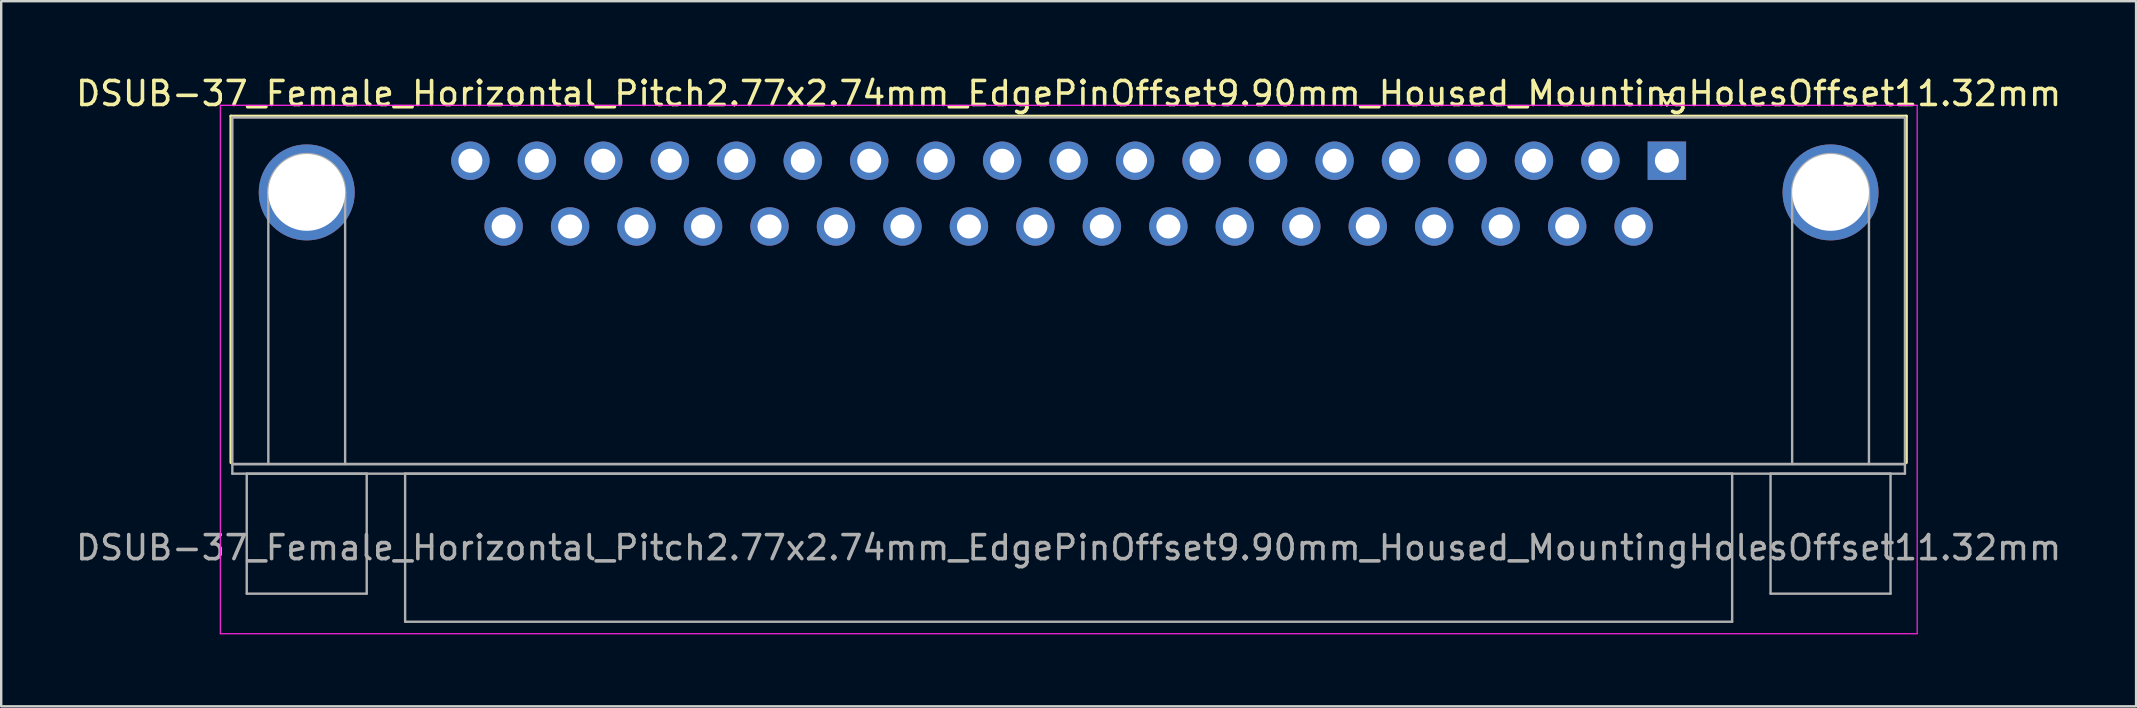
<source format=kicad_pcb>
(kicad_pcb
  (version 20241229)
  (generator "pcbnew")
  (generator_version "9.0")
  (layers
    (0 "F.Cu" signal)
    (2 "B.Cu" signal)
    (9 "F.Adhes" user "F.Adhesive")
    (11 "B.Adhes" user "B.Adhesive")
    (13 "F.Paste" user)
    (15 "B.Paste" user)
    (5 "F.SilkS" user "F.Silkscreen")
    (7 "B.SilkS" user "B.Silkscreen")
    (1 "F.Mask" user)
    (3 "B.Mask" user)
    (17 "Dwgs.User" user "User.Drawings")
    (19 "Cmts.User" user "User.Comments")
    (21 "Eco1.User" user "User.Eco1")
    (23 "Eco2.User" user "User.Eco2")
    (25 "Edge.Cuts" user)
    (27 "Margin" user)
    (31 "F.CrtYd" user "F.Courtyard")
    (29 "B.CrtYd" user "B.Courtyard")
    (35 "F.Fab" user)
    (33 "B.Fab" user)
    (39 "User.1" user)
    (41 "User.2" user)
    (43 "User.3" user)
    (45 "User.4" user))
  (footprint "DSUB-37_Female_Horizontal_Pitch2.77x2.74mm_EdgePinOffset9.90mm_Housed_MountingHolesOffset11.32mm"
    (layer "F.Cu")
    (at 66.412 3.648)
    (property "Reference" "DSUB-37_Female_Horizontal_Pitch2.77x2.74mm_EdgePinOffset9.90mm_Housed_MountingHolesOffset11.32mm" (at -24.93 -2.8 0) (layer "F.SilkS") (effects (font (size 1 1) (thickness 0.15))))
    (attr through_hole)
    (fp_line (start -59.84 -1.86) (end 9.98 -1.86) (stroke (width 0.12) (type solid)) (layer "F.SilkS"))
    (fp_line (start -59.84 12.58) (end -59.84 -1.86) (stroke (width 0.12) (type solid)) (layer "F.SilkS"))
    (fp_line (start -0.25 -2.754) (end 0.25 -2.754) (stroke (width 0.12) (type solid)) (layer "F.SilkS"))
    (fp_line (start 0 -2.321) (end -0.25 -2.754) (stroke (width 0.12) (type solid)) (layer "F.SilkS"))
    (fp_line (start 0.25 -2.754) (end 0 -2.321) (stroke (width 0.12) (type solid)) (layer "F.SilkS"))
    (fp_line (start 9.98 -1.86) (end 9.98 12.58) (stroke (width 0.12) (type solid)) (layer "F.SilkS"))
    (fp_line (start -60.28 -2.31) (end -60.28 19.71) (stroke (width 0.05) (type solid)) (layer "F.CrtYd"))
    (fp_line (start -60.28 19.71) (end 10.43 19.71) (stroke (width 0.05) (type solid)) (layer "F.CrtYd"))
    (fp_line (start 10.43 -2.31) (end -60.28 -2.31) (stroke (width 0.05) (type solid)) (layer "F.CrtYd"))
    (fp_line (start 10.43 19.71) (end 10.43 -2.31) (stroke (width 0.05) (type solid)) (layer "F.CrtYd"))
    (fp_line (start -59.78 -1.8) (end -59.78 12.64) (stroke (width 0.1) (type solid)) (layer "F.Fab"))
    (fp_line (start -59.78 12.64) (end -59.78 13.04) (stroke (width 0.1) (type solid)) (layer "F.Fab"))
    (fp_line (start -59.78 12.64) (end 9.92 12.64) (stroke (width 0.1) (type solid)) (layer "F.Fab"))
    (fp_line (start -59.78 13.04) (end 9.92 13.04) (stroke (width 0.1) (type solid)) (layer "F.Fab"))
    (fp_line (start -59.18 13.04) (end -59.18 18.04) (stroke (width 0.1) (type solid)) (layer "F.Fab"))
    (fp_line (start -59.18 18.04) (end -54.18 18.04) (stroke (width 0.1) (type solid)) (layer "F.Fab"))
    (fp_line (start -58.28 12.64) (end -58.28 1.32) (stroke (width 0.1) (type solid)) (layer "F.Fab"))
    (fp_line (start -55.08 12.64) (end -55.08 1.32) (stroke (width 0.1) (type solid)) (layer "F.Fab"))
    (fp_line (start -54.18 13.04) (end -59.18 13.04) (stroke (width 0.1) (type solid)) (layer "F.Fab"))
    (fp_line (start -54.18 18.04) (end -54.18 13.04) (stroke (width 0.1) (type solid)) (layer "F.Fab"))
    (fp_line (start -52.58 13.04) (end -52.58 19.21) (stroke (width 0.1) (type solid)) (layer "F.Fab"))
    (fp_line (start -52.58 19.21) (end 2.72 19.21) (stroke (width 0.1) (type solid)) (layer "F.Fab"))
    (fp_line (start 2.72 13.04) (end -52.58 13.04) (stroke (width 0.1) (type solid)) (layer "F.Fab"))
    (fp_line (start 2.72 19.21) (end 2.72 13.04) (stroke (width 0.1) (type solid)) (layer "F.Fab"))
    (fp_line (start 4.32 13.04) (end 4.32 18.04) (stroke (width 0.1) (type solid)) (layer "F.Fab"))
    (fp_line (start 4.32 18.04) (end 9.32 18.04) (stroke (width 0.1) (type solid)) (layer "F.Fab"))
    (fp_line (start 5.22 12.64) (end 5.22 1.32) (stroke (width 0.1) (type solid)) (layer "F.Fab"))
    (fp_line (start 8.42 12.64) (end 8.42 1.32) (stroke (width 0.1) (type solid)) (layer "F.Fab"))
    (fp_line (start 9.32 13.04) (end 4.32 13.04) (stroke (width 0.1) (type solid)) (layer "F.Fab"))
    (fp_line (start 9.32 18.04) (end 9.32 13.04) (stroke (width 0.1) (type solid)) (layer "F.Fab"))
    (fp_line (start 9.92 -1.8) (end -59.78 -1.8) (stroke (width 0.1) (type solid)) (layer "F.Fab"))
    (fp_line (start 9.92 12.64) (end -59.78 12.64) (stroke (width 0.1) (type solid)) (layer "F.Fab"))
    (fp_line (start 9.92 12.64) (end 9.92 -1.8) (stroke (width 0.1) (type solid)) (layer "F.Fab"))
    (fp_line (start 9.92 13.04) (end 9.92 12.64) (stroke (width 0.1) (type solid)) (layer "F.Fab"))
    (fp_arc (start -58.28 1.32) (mid -56.68 -0.28) (end -55.08 1.32) (stroke (width 0.1) (type solid)) (layer "F.Fab"))
    (fp_arc (start 5.22 1.32) (mid 6.82 -0.28) (end 8.42 1.32) (stroke (width 0.1) (type solid)) (layer "F.Fab"))
    (fp_text user "${REFERENCE}" (at -24.93 16.125 0) (layer "F.Fab") (effects (font (size 1 1) (thickness 0.15))))
    (pad "0" thru_hole circle (at -56.68 1.32) (size 4 4) (drill 3.2) (layers "*.Cu" "*.Mask"))
    (pad "0" thru_hole circle (at 6.82 1.32) (size 4 4) (drill 3.2) (layers "*.Cu" "*.Mask"))
    (pad "1" thru_hole rect (at 0 0) (size 1.6 1.6) (drill 1) (layers "*.Cu" "*.Mask"))
    (pad "2" thru_hole circle (at -2.77 0) (size 1.6 1.6) (drill 1) (layers "*.Cu" "*.Mask"))
    (pad "3" thru_hole circle (at -5.54 0) (size 1.6 1.6) (drill 1) (layers "*.Cu" "*.Mask"))
    (pad "4" thru_hole circle (at -8.31 0) (size 1.6 1.6) (drill 1) (layers "*.Cu" "*.Mask"))
    (pad "5" thru_hole circle (at -11.08 0) (size 1.6 1.6) (drill 1) (layers "*.Cu" "*.Mask"))
    (pad "6" thru_hole circle (at -13.85 0) (size 1.6 1.6) (drill 1) (layers "*.Cu" "*.Mask"))
    (pad "7" thru_hole circle (at -16.62 0) (size 1.6 1.6) (drill 1) (layers "*.Cu" "*.Mask"))
    (pad "8" thru_hole circle (at -19.39 0) (size 1.6 1.6) (drill 1) (layers "*.Cu" "*.Mask"))
    (pad "9" thru_hole circle (at -22.16 0) (size 1.6 1.6) (drill 1) (layers "*.Cu" "*.Mask"))
    (pad "10" thru_hole circle (at -24.93 0) (size 1.6 1.6) (drill 1) (layers "*.Cu" "*.Mask"))
    (pad "11" thru_hole circle (at -27.7 0) (size 1.6 1.6) (drill 1) (layers "*.Cu" "*.Mask"))
    (pad "12" thru_hole circle (at -30.47 0) (size 1.6 1.6) (drill 1) (layers "*.Cu" "*.Mask"))
    (pad "13" thru_hole circle (at -33.24 0) (size 1.6 1.6) (drill 1) (layers "*.Cu" "*.Mask"))
    (pad "14" thru_hole circle (at -36.01 0) (size 1.6 1.6) (drill 1) (layers "*.Cu" "*.Mask"))
    (pad "15" thru_hole circle (at -38.78 0) (size 1.6 1.6) (drill 1) (layers "*.Cu" "*.Mask"))
    (pad "16" thru_hole circle (at -41.55 0) (size 1.6 1.6) (drill 1) (layers "*.Cu" "*.Mask"))
    (pad "17" thru_hole circle (at -44.32 0) (size 1.6 1.6) (drill 1) (layers "*.Cu" "*.Mask"))
    (pad "18" thru_hole circle (at -47.09 0) (size 1.6 1.6) (drill 1) (layers "*.Cu" "*.Mask"))
    (pad "19" thru_hole circle (at -49.86 0) (size 1.6 1.6) (drill 1) (layers "*.Cu" "*.Mask"))
    (pad "20" thru_hole circle (at -1.385 2.74) (size 1.6 1.6) (drill 1) (layers "*.Cu" "*.Mask"))
    (pad "21" thru_hole circle (at -4.155 2.74) (size 1.6 1.6) (drill 1) (layers "*.Cu" "*.Mask"))
    (pad "22" thru_hole circle (at -6.925 2.74) (size 1.6 1.6) (drill 1) (layers "*.Cu" "*.Mask"))
    (pad "23" thru_hole circle (at -9.695 2.74) (size 1.6 1.6) (drill 1) (layers "*.Cu" "*.Mask"))
    (pad "24" thru_hole circle (at -12.465 2.74) (size 1.6 1.6) (drill 1) (layers "*.Cu" "*.Mask"))
    (pad "25" thru_hole circle (at -15.235 2.74) (size 1.6 1.6) (drill 1) (layers "*.Cu" "*.Mask"))
    (pad "26" thru_hole circle (at -18.005 2.74) (size 1.6 1.6) (drill 1) (layers "*.Cu" "*.Mask"))
    (pad "27" thru_hole circle (at -20.775 2.74) (size 1.6 1.6) (drill 1) (layers "*.Cu" "*.Mask"))
    (pad "28" thru_hole circle (at -23.545 2.74) (size 1.6 1.6) (drill 1) (layers "*.Cu" "*.Mask"))
    (pad "29" thru_hole circle (at -26.315 2.74) (size 1.6 1.6) (drill 1) (layers "*.Cu" "*.Mask"))
    (pad "30" thru_hole circle (at -29.085 2.74) (size 1.6 1.6) (drill 1) (layers "*.Cu" "*.Mask"))
    (pad "31" thru_hole circle (at -31.855 2.74) (size 1.6 1.6) (drill 1) (layers "*.Cu" "*.Mask"))
    (pad "32" thru_hole circle (at -34.625 2.74) (size 1.6 1.6) (drill 1) (layers "*.Cu" "*.Mask"))
    (pad "33" thru_hole circle (at -37.395 2.74) (size 1.6 1.6) (drill 1) (layers "*.Cu" "*.Mask"))
    (pad "34" thru_hole circle (at -40.165 2.74) (size 1.6 1.6) (drill 1) (layers "*.Cu" "*.Mask"))
    (pad "35" thru_hole circle (at -42.935 2.74) (size 1.6 1.6) (drill 1) (layers "*.Cu" "*.Mask"))
    (pad "36" thru_hole circle (at -45.705 2.74) (size 1.6 1.6) (drill 1) (layers "*.Cu" "*.Mask"))
    (pad "37" thru_hole circle (at -48.475 2.74) (size 1.6 1.6) (drill 1) (layers "*.Cu" "*.Mask")))
  (gr_rect
    (start -3 -3)
    (end 85.964 26.383)
    (stroke (width 0.1) (type default))
    (fill no)
    (layer "Edge.Cuts")))
</source>
